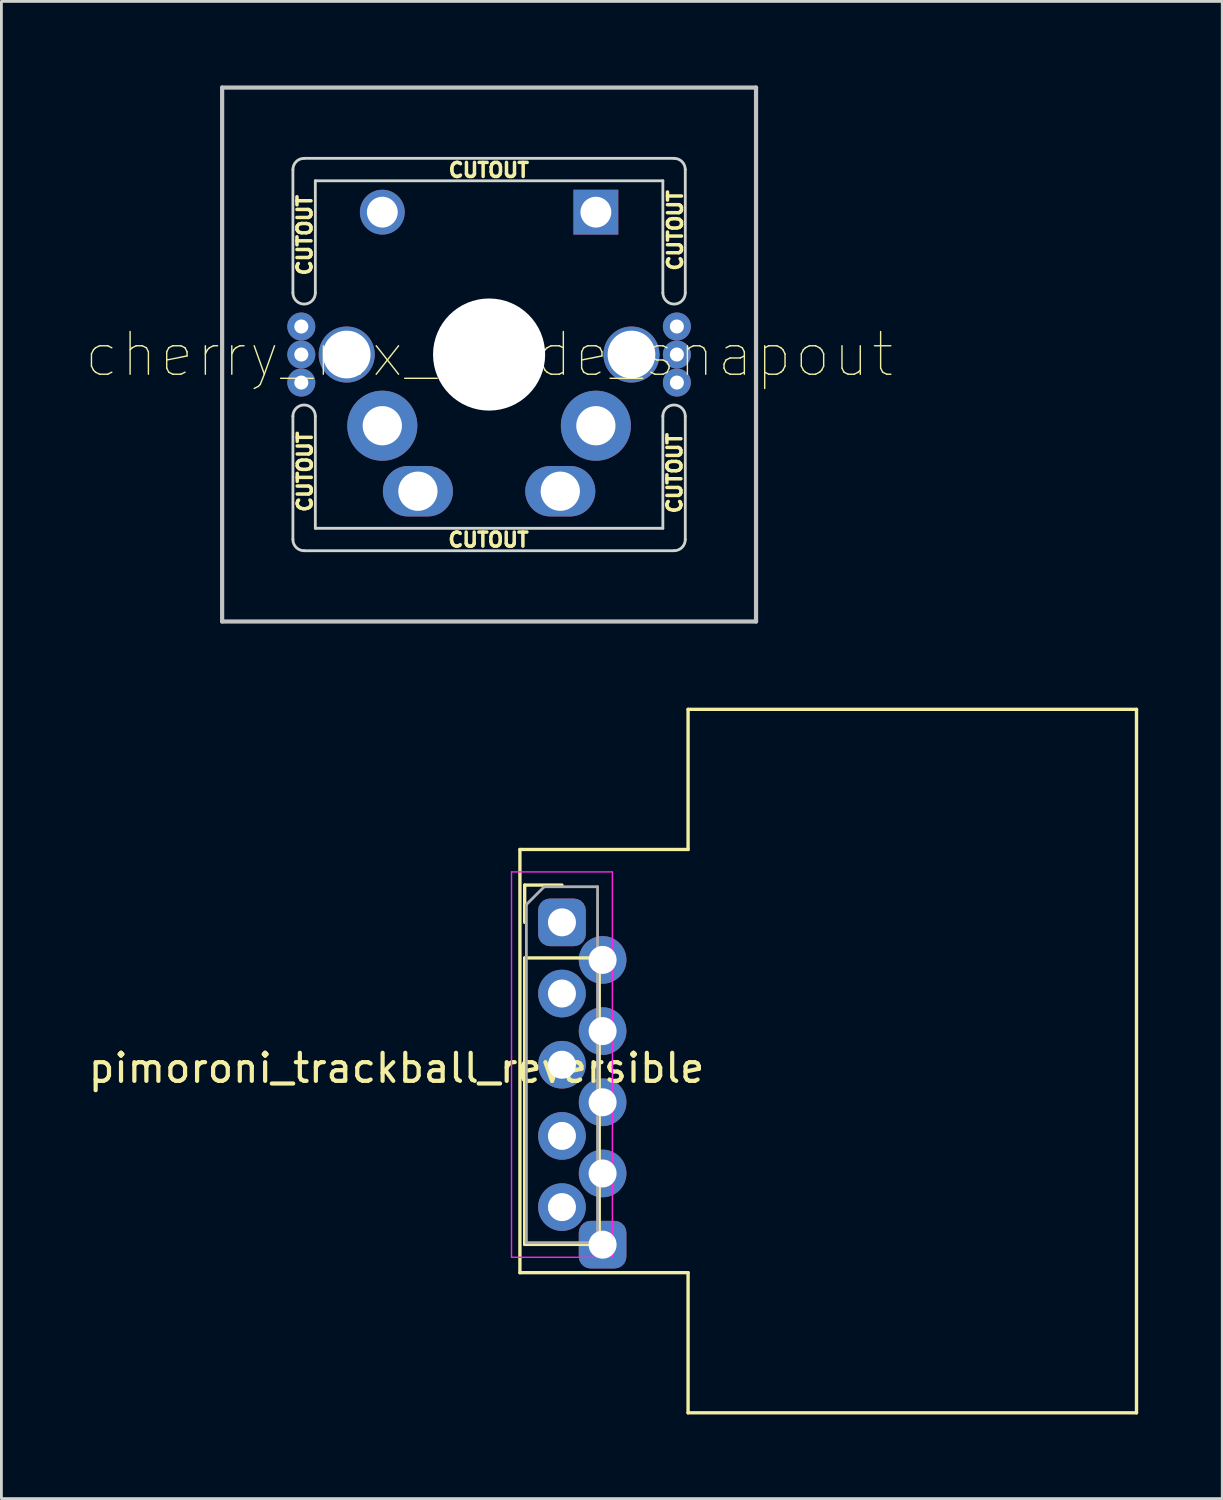
<source format=kicad_pcb>
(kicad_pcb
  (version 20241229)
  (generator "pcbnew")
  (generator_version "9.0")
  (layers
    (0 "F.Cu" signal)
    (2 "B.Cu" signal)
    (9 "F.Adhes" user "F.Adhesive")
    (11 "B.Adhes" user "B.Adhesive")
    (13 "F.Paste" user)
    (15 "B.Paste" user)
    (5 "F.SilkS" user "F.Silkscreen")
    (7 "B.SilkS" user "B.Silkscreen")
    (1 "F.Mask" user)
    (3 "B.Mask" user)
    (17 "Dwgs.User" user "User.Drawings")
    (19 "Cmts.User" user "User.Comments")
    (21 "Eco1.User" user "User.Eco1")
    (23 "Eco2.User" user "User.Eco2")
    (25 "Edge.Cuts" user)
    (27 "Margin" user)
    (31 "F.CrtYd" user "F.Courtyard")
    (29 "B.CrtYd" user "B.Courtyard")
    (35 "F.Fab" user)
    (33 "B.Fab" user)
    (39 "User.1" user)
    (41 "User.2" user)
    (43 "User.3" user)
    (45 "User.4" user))
  (footprint "cherry_mx_diode_snapout"
    (layer "F.Cu")
    (at 14.401 9.6)
    (property "Reference" "cherry_mx_diode_snapout" (at 0 0 0) (layer "F.SilkS") (effects (font (size 1.524 1.524) (thickness 0.05))))
    (attr smd)
    (fp_line (start -9.525 -9.525) (end 9.525 -9.525) (stroke (width 0.15) (type solid)) (layer "Dwgs.User"))
    (fp_line (start -9.525 9.525) (end -9.525 -9.525) (stroke (width 0.15) (type solid)) (layer "Dwgs.User"))
    (fp_line (start 9.525 -9.525) (end 9.525 9.525) (stroke (width 0.15) (type solid)) (layer "Dwgs.User"))
    (fp_line (start 9.525 9.525) (end -9.525 9.525) (stroke (width 0.15) (type solid)) (layer "Dwgs.User"))
    (fp_line (start -7 -2.2) (end -7 -6.6) (stroke (width 0.1) (type solid)) (layer "Edge.Cuts"))
    (fp_line (start -7 6.6) (end -7 2.2) (stroke (width 0.1) (type solid)) (layer "Edge.Cuts"))
    (fp_line (start -6.6 -7) (end 6.6 -7) (stroke (width 0.1) (type solid)) (layer "Edge.Cuts"))
    (fp_line (start -6.6 7) (end 6.6 7) (stroke (width 0.1) (type solid)) (layer "Edge.Cuts"))
    (fp_line (start -6.2 -6.2) (end -6.2 -2.2) (stroke (width 0.1) (type solid)) (layer "Edge.Cuts"))
    (fp_line (start -6.2 -6.2) (end 6.2 -6.2) (stroke (width 0.1) (type solid)) (layer "Edge.Cuts"))
    (fp_line (start -6.2 6.2) (end -6.2 2.2) (stroke (width 0.1) (type solid)) (layer "Edge.Cuts"))
    (fp_line (start -6.2 6.2) (end 6.2 6.2) (stroke (width 0.1) (type solid)) (layer "Edge.Cuts"))
    (fp_line (start 6.2 -2.2) (end 6.2 -6.2) (stroke (width 0.1) (type solid)) (layer "Edge.Cuts"))
    (fp_line (start 6.2 2.2) (end 6.2 6.2) (stroke (width 0.1) (type solid)) (layer "Edge.Cuts"))
    (fp_line (start 7 -2.2) (end 7 -6.6) (stroke (width 0.1) (type solid)) (layer "Edge.Cuts"))
    (fp_line (start 7 6.6) (end 7 2.2) (stroke (width 0.1) (type solid)) (layer "Edge.Cuts"))
    (fp_arc (start -7 -6.6) (mid -6.882843 -6.882843) (end -6.6 -7) (stroke (width 0.1) (type solid)) (layer "Edge.Cuts"))
    (fp_arc (start -7 2.199995) (mid -6.599997 1.8) (end -6.2 2.2) (stroke (width 0.1) (type solid)) (layer "Edge.Cuts"))
    (fp_arc (start -6.6 7) (mid -6.882843 6.882843) (end -7 6.6) (stroke (width 0.1) (type solid)) (layer "Edge.Cuts"))
    (fp_arc (start -6.2 -2.199995) (mid -6.600002 -1.8) (end -7 -2.2) (stroke (width 0.1) (type solid)) (layer "Edge.Cuts"))
    (fp_arc (start 6.2 2.199995) (mid 6.600003 1.8) (end 7 2.2) (stroke (width 0.1) (type solid)) (layer "Edge.Cuts"))
    (fp_arc (start 6.6 -7) (mid 6.882843 -6.882843) (end 7 -6.6) (stroke (width 0.1) (type solid)) (layer "Edge.Cuts"))
    (fp_arc (start 7 -2.199995) (mid 6.599998 -1.8) (end 6.2 -2.2) (stroke (width 0.1) (type solid)) (layer "Edge.Cuts"))
    (fp_arc (start 7 6.6) (mid 6.882843 6.882843) (end 6.6 7) (stroke (width 0.1) (type solid)) (layer "Edge.Cuts"))
    (fp_text user "CUTOUT" (at 6.62 4.23 270) (layer "F.SilkS") (effects (font (size 0.5 0.5) (thickness 0.125))))
    (fp_text user "CUTOUT" (at -6.58 -4.26 90) (layer "F.SilkS") (effects (font (size 0.5 0.5) (thickness 0.125))))
    (fp_text user "CUTOUT" (at -0.02 6.61 0) (layer "F.SilkS") (effects (font (size 0.5 0.5) (thickness 0.125))))
    (fp_text user "CUTOUT" (at -6.57 4.18 90) (layer "F.SilkS") (effects (font (size 0.5 0.5) (thickness 0.125))))
    (fp_text user "CUTOUT" (at 6.64 -4.43 90) (layer "F.SilkS") (effects (font (size 0.5 0.5) (thickness 0.125))))
    (fp_text user "CUTOUT" (at -0.01 -6.58 0) (layer "F.SilkS") (effects (font (size 0.5 0.5) (thickness 0.125))))
    (pad "" np_thru_hole circle (at 0 0) (size 4 4) (drill 4) (layers "*.Cu" "*.Paste" "*.Mask"))
    (pad "0" thru_hole circle (at -3.81 -5.08) (size 1.6 1.6) (drill 1.1) (layers "*.Cu" "*.Paste" "*.Mask"))
    (pad "1" thru_hole circle (at -6.7 -1) (size 1 1) (drill 0.5) (layers "*.Cu" "*.Paste" "*.Mask"))
    (pad "1" thru_hole circle (at -6.7 0) (size 1 1) (drill 0.5) (layers "*.Cu" "*.Paste" "*.Mask"))
    (pad "1" thru_hole circle (at -6.7 1) (size 1 1) (drill 0.5) (layers "*.Cu" "*.Paste" "*.Mask"))
    (pad "1" thru_hole circle (at -5.08 0) (size 2 2) (drill 1.702) (layers "*.Cu" "*.Paste" "*.Mask"))
    (pad "1" thru_hole trapezoid (at 3.81 -5.08) (size 1.6 1.6) (drill 1.1) (layers "*.Cu" "*.Paste" "*.Mask"))
    (pad "2" thru_hole circle (at -3.81 2.54) (size 2.5 2.5) (drill 1.4) (layers "*.Cu" "*.Paste" "*.Mask"))
    (pad "2" thru_hole oval (at -2.54 4.877) (size 2.5 1.8) (drill 1.4) (layers "*.Cu" "*.Paste" "*.Mask"))
    (pad "3" thru_hole oval (at 2.54 4.877) (size 2.5 1.8) (drill 1.4) (layers "*.Cu" "*.Paste" "*.Mask"))
    (pad "3" thru_hole circle (at 3.81 2.54) (size 2.5 2.5) (drill 1.4) (layers "*.Cu" "*.Paste" "*.Mask"))
    (pad "3" thru_hole circle (at 5.08 0) (size 2 2) (drill 1.702) (layers "*.Cu" "*.Paste" "*.Mask"))
    (pad "3" thru_hole circle (at 6.7 -1 180) (size 1 1) (drill 0.5) (layers "*.Cu" "*.Paste" "*.Mask"))
    (pad "3" thru_hole circle (at 6.7 0 180) (size 1 1) (drill 0.5) (layers "*.Cu" "*.Paste" "*.Mask"))
    (pad "3" thru_hole circle (at 6.7 1 180) (size 1 1) (drill 0.5) (layers "*.Cu" "*.Paste" "*.Mask")))
  (footprint "pimoroni_trackball_reversible"
    (layer "F.Cu")
    (at 17.001 29.86)
    (property "Reference" "pimoroni_trackball_reversible" (at -5.9 5.2 0) (layer "F.SilkS") (effects (font (size 1 1) (thickness 0.15))))
    (attr through_hole)
    (fp_line (start -1.5 -2.6) (end -1.5 12.5) (stroke (width 0.12) (type solid)) (layer "F.SilkS"))
    (fp_line (start -1.5 -2.6) (end 4.5 -2.6) (stroke (width 0.12) (type solid)) (layer "F.SilkS"))
    (fp_line (start -1.5 12.5) (end 4.5 12.5) (stroke (width 0.12) (type solid)) (layer "F.SilkS"))
    (fp_line (start -1.33 -1.33) (end 0 -1.33) (stroke (width 0.12) (type solid)) (layer "F.SilkS"))
    (fp_line (start -1.33 0) (end -1.33 -1.33) (stroke (width 0.12) (type solid)) (layer "F.SilkS"))
    (fp_line (start -1.33 1.27) (end -1.33 11.49) (stroke (width 0.12) (type solid)) (layer "F.SilkS"))
    (fp_line (start -1.33 1.27) (end 1.33 1.27) (stroke (width 0.12) (type solid)) (layer "F.SilkS"))
    (fp_line (start -1.33 11.49) (end 1.33 11.49) (stroke (width 0.12) (type solid)) (layer "F.SilkS"))
    (fp_line (start 1.33 1.27) (end 1.33 11.49) (stroke (width 0.12) (type solid)) (layer "F.SilkS"))
    (fp_line (start 4.5 -7.6) (end 20.5 -7.6) (stroke (width 0.12) (type solid)) (layer "F.SilkS"))
    (fp_line (start 4.5 -2.6) (end 4.5 -7.6) (stroke (width 0.12) (type solid)) (layer "F.SilkS"))
    (fp_line (start 4.5 12.5) (end 4.5 17.5) (stroke (width 0.12) (type solid)) (layer "F.SilkS"))
    (fp_line (start 4.5 17.5) (end 20.5 17.5) (stroke (width 0.12) (type solid)) (layer "F.SilkS"))
    (fp_line (start 20.5 17.5) (end 20.5 -7.6) (stroke (width 0.12) (type solid)) (layer "F.SilkS"))
    (fp_line (start -1.8 -1.8) (end -1.8 11.95) (stroke (width 0.05) (type solid)) (layer "F.CrtYd"))
    (fp_line (start -1.8 11.95) (end 1.8 11.95) (stroke (width 0.05) (type solid)) (layer "F.CrtYd"))
    (fp_line (start 1.8 -1.8) (end -1.8 -1.8) (stroke (width 0.05) (type solid)) (layer "F.CrtYd"))
    (fp_line (start 1.8 11.95) (end 1.8 -1.8) (stroke (width 0.05) (type solid)) (layer "F.CrtYd"))
    (fp_line (start -1.27 -0.635) (end -0.635 -1.27) (stroke (width 0.1) (type solid)) (layer "F.Fab"))
    (fp_line (start -1.27 11.43) (end -1.27 -0.635) (stroke (width 0.1) (type solid)) (layer "F.Fab"))
    (fp_line (start -0.635 -1.27) (end 1.27 -1.27) (stroke (width 0.1) (type solid)) (layer "F.Fab"))
    (fp_line (start 1.27 -1.27) (end 1.27 11.43) (stroke (width 0.1) (type solid)) (layer "F.Fab"))
    (fp_line (start 1.27 11.43) (end -1.27 11.43) (stroke (width 0.1) (type solid)) (layer "F.Fab"))
    (pad "1" thru_hole roundrect (at 0 0) (size 1.7 1.7) (drill 1) (layers "*.Cu" "*.Mask") (roundrect_rratio 0.25))
    (pad "1" thru_hole roundrect (at 1.45 11.5) (size 1.7 1.7) (drill 1) (layers "*.Cu" "*.Mask") (roundrect_rratio 0.25))
    (pad "2" thru_hole oval (at 0 2.54) (size 1.7 1.7) (drill 1) (layers "*.Cu" "*.Mask"))
    (pad "2" thru_hole oval (at 1.45 8.96) (size 1.7 1.7) (drill 1) (layers "*.Cu" "*.Mask"))
    (pad "3" thru_hole oval (at 0 5.08) (size 1.7 1.7) (drill 1) (layers "*.Cu" "*.Mask"))
    (pad "3" thru_hole oval (at 1.45 6.42) (size 1.7 1.7) (drill 1) (layers "*.Cu" "*.Mask"))
    (pad "4" thru_hole oval (at 0 7.62) (size 1.7 1.7) (drill 1) (layers "*.Cu" "*.Mask"))
    (pad "4" thru_hole oval (at 1.45 3.88) (size 1.7 1.7) (drill 1) (layers "*.Cu" "*.Mask"))
    (pad "5" thru_hole oval (at 0 10.16) (size 1.7 1.7) (drill 1) (layers "*.Cu" "*.Mask"))
    (pad "5" thru_hole oval (at 1.45 1.34) (size 1.7 1.7) (drill 1) (layers "*.Cu" "*.Mask")))
  (gr_rect
    (start -3 -3)
    (end 40.561 50.42)
    (stroke (width 0.1) (type default))
    (fill no)
    (layer "Edge.Cuts")))
</source>
